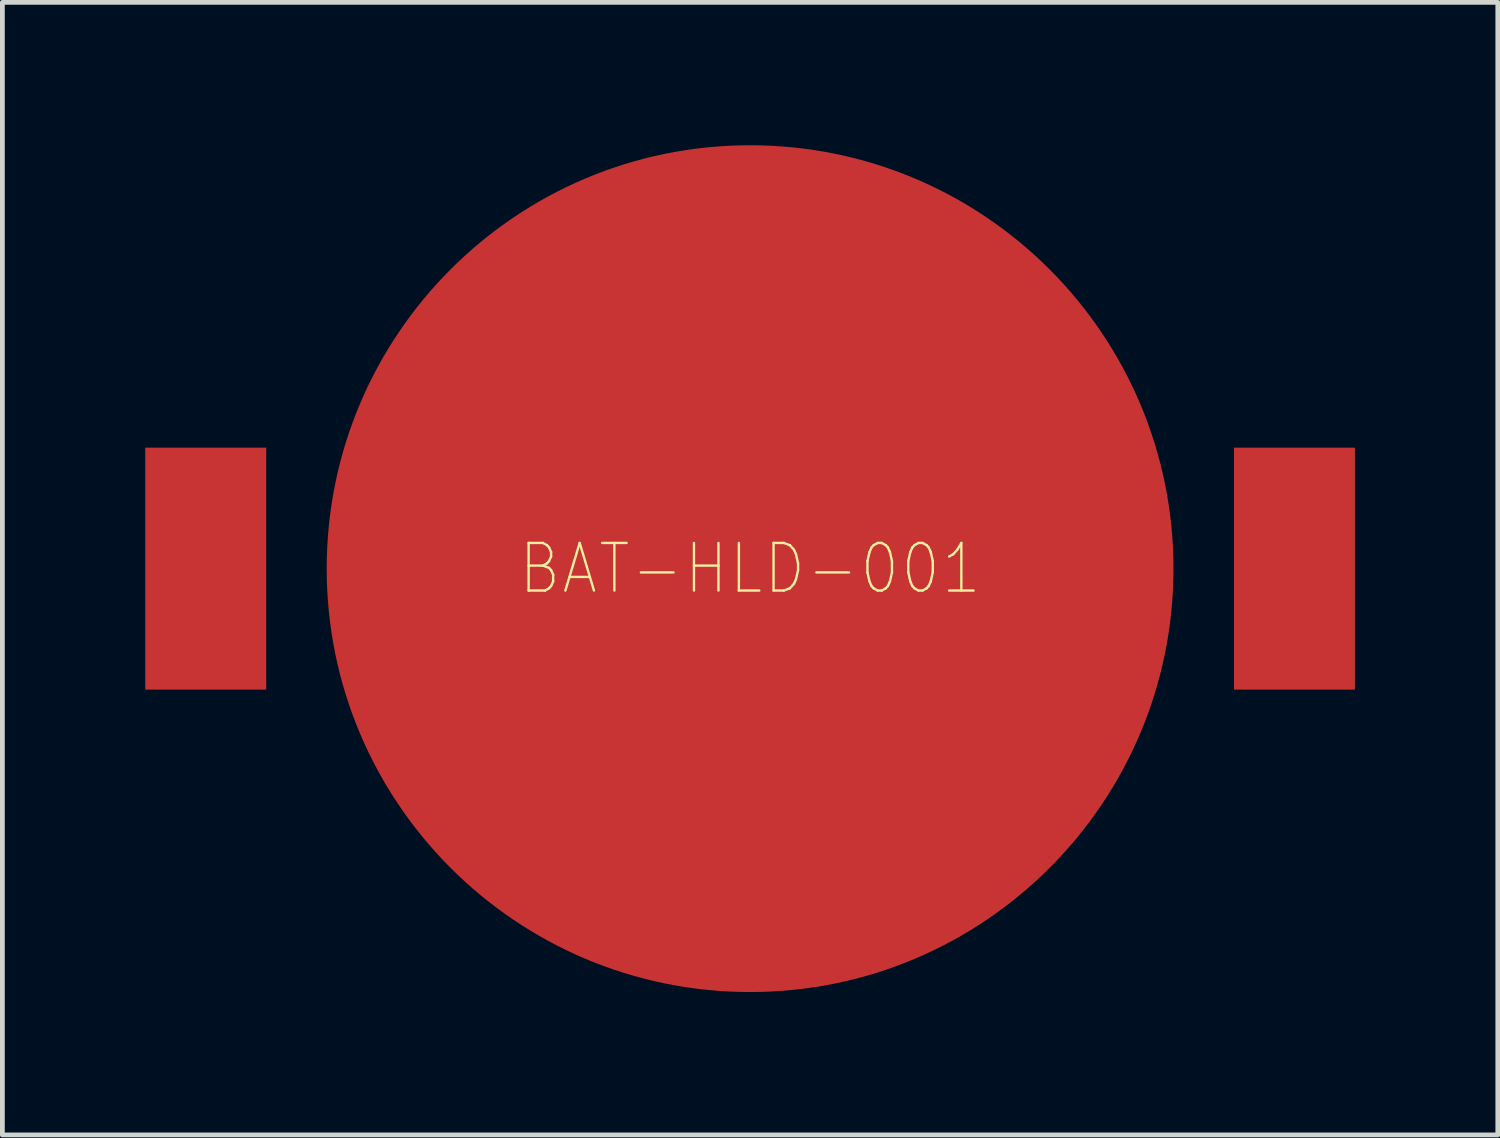
<source format=kicad_pcb>
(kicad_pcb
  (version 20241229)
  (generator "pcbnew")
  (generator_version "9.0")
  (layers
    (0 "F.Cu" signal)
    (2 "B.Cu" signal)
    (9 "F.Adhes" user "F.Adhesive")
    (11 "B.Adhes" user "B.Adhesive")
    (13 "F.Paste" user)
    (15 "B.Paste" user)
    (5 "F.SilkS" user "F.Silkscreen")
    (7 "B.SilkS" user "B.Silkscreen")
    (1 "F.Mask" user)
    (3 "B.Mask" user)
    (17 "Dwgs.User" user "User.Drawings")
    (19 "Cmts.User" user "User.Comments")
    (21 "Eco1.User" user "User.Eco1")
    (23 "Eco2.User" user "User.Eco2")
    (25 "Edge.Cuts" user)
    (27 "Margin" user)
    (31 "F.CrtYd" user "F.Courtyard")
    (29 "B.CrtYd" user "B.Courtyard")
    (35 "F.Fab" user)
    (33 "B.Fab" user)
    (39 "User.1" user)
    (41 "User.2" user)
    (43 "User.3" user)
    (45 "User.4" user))
  (footprint "BAT-HLD-001"
    (layer "F.Cu")
    (at 12.7 8.89)
    (property "Reference" "BAT-HLD-001" (at 0 0 0) (layer "F.SilkS") (effects (font (size 1 0.9) (thickness 0.05))))
    (attr smd)
    (pad "1" smd circle (at 0 0) (size 17.78 17.78) (layers "F.Cu" "F.Mask" "F.Paste"))
    (pad "2" smd rect (at -11.43 0) (size 2.54 5.08) (layers "F.Cu" "F.Mask" "F.Paste"))
    (pad "2" smd rect (at 11.43 0) (size 2.54 5.08) (layers "F.Cu" "F.Mask" "F.Paste")))
  (gr_rect
    (start -3 -3)
    (end 28.4 20.78)
    (stroke (width 0.1) (type default))
    (fill no)
    (layer "Edge.Cuts")))
</source>
